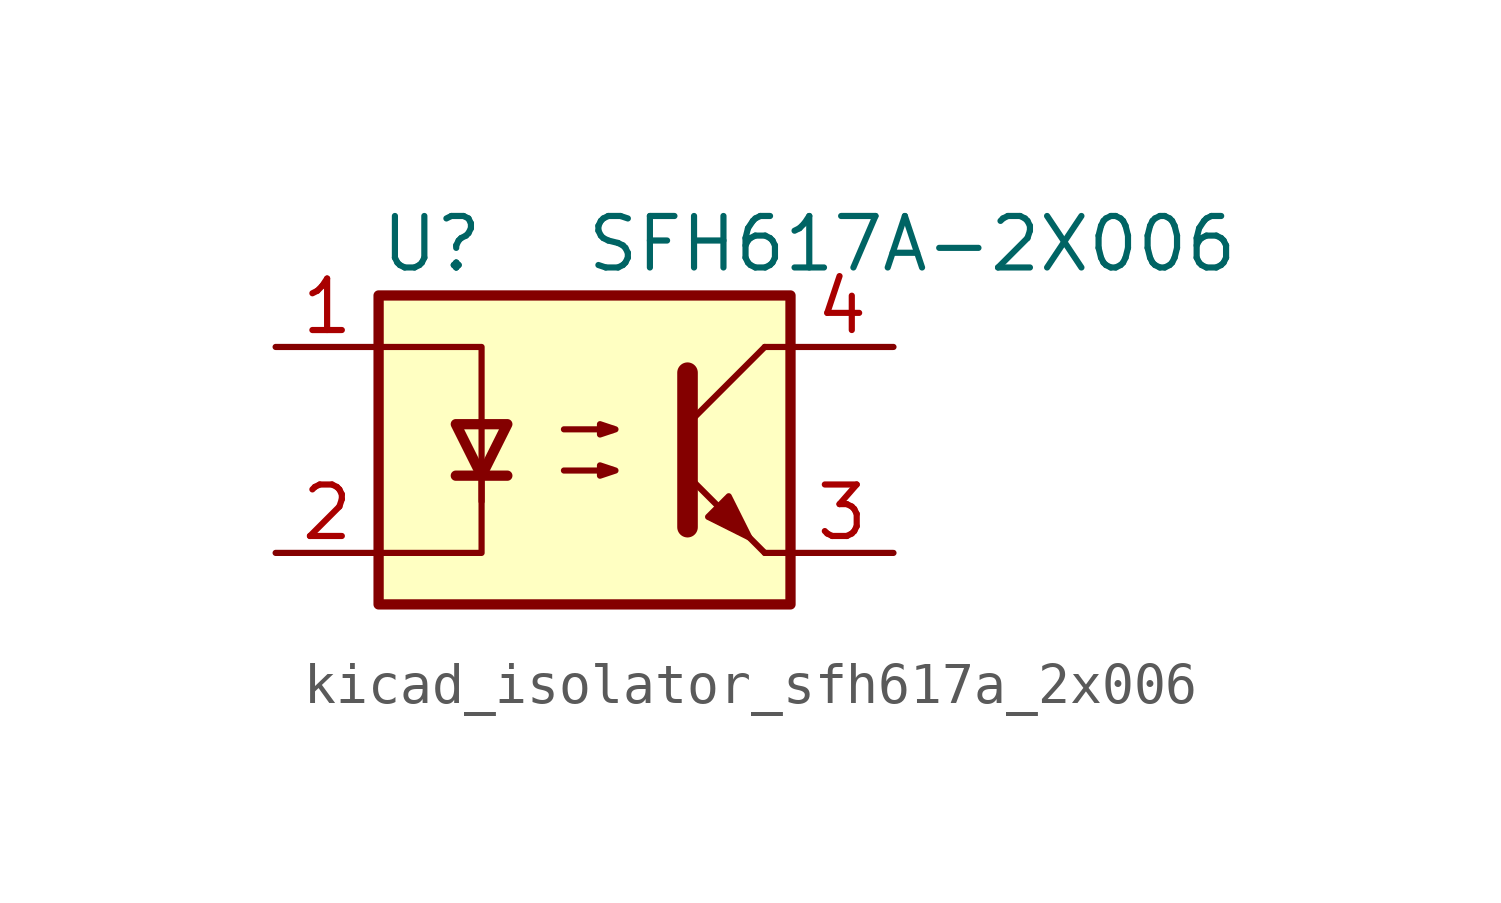
<source format=kicad_sym>
(kicad_symbol_lib
  (version 20220914)
  (generator kicad_symbol_editor)
  (symbol "kicad_isolator_sfh617a_2x006"
    (pin_names
      (offset 1.016))
    (property "Reference" "U"
      (at -5.08 5.08 0)
      (effects (font (size 1.27 1.27)) (justify left)))
    (property "Value" "SFH617A-2X006"
      (at 0 5.08 0)
      (effects (font (size 1.27 1.27)) (justify left)))
    (symbol "kicad_isolator_sfh617a_2x006_0_1"
      (rectangle (start -5.08 3.81) (end 5.08 -3.81) (stroke (width 0.254) (type default)) (fill (type background)))
      (polyline (pts (xy -3.175 -0.635) (xy -1.905 -0.635)) (stroke (width 0.254) (type default)) (fill (type none)))
      (polyline (pts (xy 2.54 0.635) (xy 4.445 2.54)) (stroke (width 0) (type default)) (fill (type none)))
      (polyline (pts (xy 4.445 -2.54) (xy 2.54 -0.635)) (stroke (width 0) (type default)) (fill (type outline)))
      (polyline (pts (xy 4.445 -2.54) (xy 5.08 -2.54)) (stroke (width 0) (type default)) (fill (type none)))
      (polyline (pts (xy 4.445 2.54) (xy 5.08 2.54)) (stroke (width 0) (type default)) (fill (type none)))
      (polyline (pts (xy -2.54 -0.635) (xy -2.54 -2.54) (xy -5.08 -2.54)) (stroke (width 0) (type default)) (fill (type none)))
      (polyline (pts (xy 2.54 1.905) (xy 2.54 -1.905) (xy 2.54 -1.905)) (stroke (width 0.508) (type default)) (fill (type none)))
      (polyline (pts (xy -5.08 2.54) (xy -2.54 2.54) (xy -2.54 -1.27) (xy -2.54 0.635)) (stroke (width 0) (type default)) (fill (type none)))
      (polyline (pts (xy -2.54 -0.635) (xy -3.175 0.635) (xy -1.905 0.635) (xy -2.54 -0.635)) (stroke (width 0.254) (type default)) (fill (type none)))
      (polyline (pts (xy -0.508 -0.508) (xy 0.762 -0.508) (xy 0.381 -0.635) (xy 0.381 -0.381) (xy 0.762 -0.508)) (stroke (width 0) (type default)) (fill (type none)))
      (polyline (pts (xy -0.508 0.508) (xy 0.762 0.508) (xy 0.381 0.381) (xy 0.381 0.635) (xy 0.762 0.508)) (stroke (width 0) (type default)) (fill (type none)))
      (polyline (pts (xy 3.048 -1.651) (xy 3.556 -1.143) (xy 4.064 -2.159) (xy 3.048 -1.651) (xy 3.048 -1.651)) (stroke (width 0) (type default)) (fill (type outline))))
    (symbol "kicad_isolator_sfh617a_2x006_1_1"
      (pin passive line (at -7.62 2.54 0) (length 2.54) (name "~" (effects (font (size 1.27 1.27)))) (number "1" (effects (font (size 1.27 1.27)))))
      (pin passive line (at -7.62 -2.54 0) (length 2.54) (name "~" (effects (font (size 1.27 1.27)))) (number "2" (effects (font (size 1.27 1.27)))))
      (pin passive line (at 7.62 -2.54 180) (length 2.54) (name "~" (effects (font (size 1.27 1.27)))) (number "3" (effects (font (size 1.27 1.27)))))
      (pin passive line (at 7.62 2.54 180) (length 2.54) (name "~" (effects (font (size 1.27 1.27)))) (number "4" (effects (font (size 1.27 1.27))))))))
</source>
